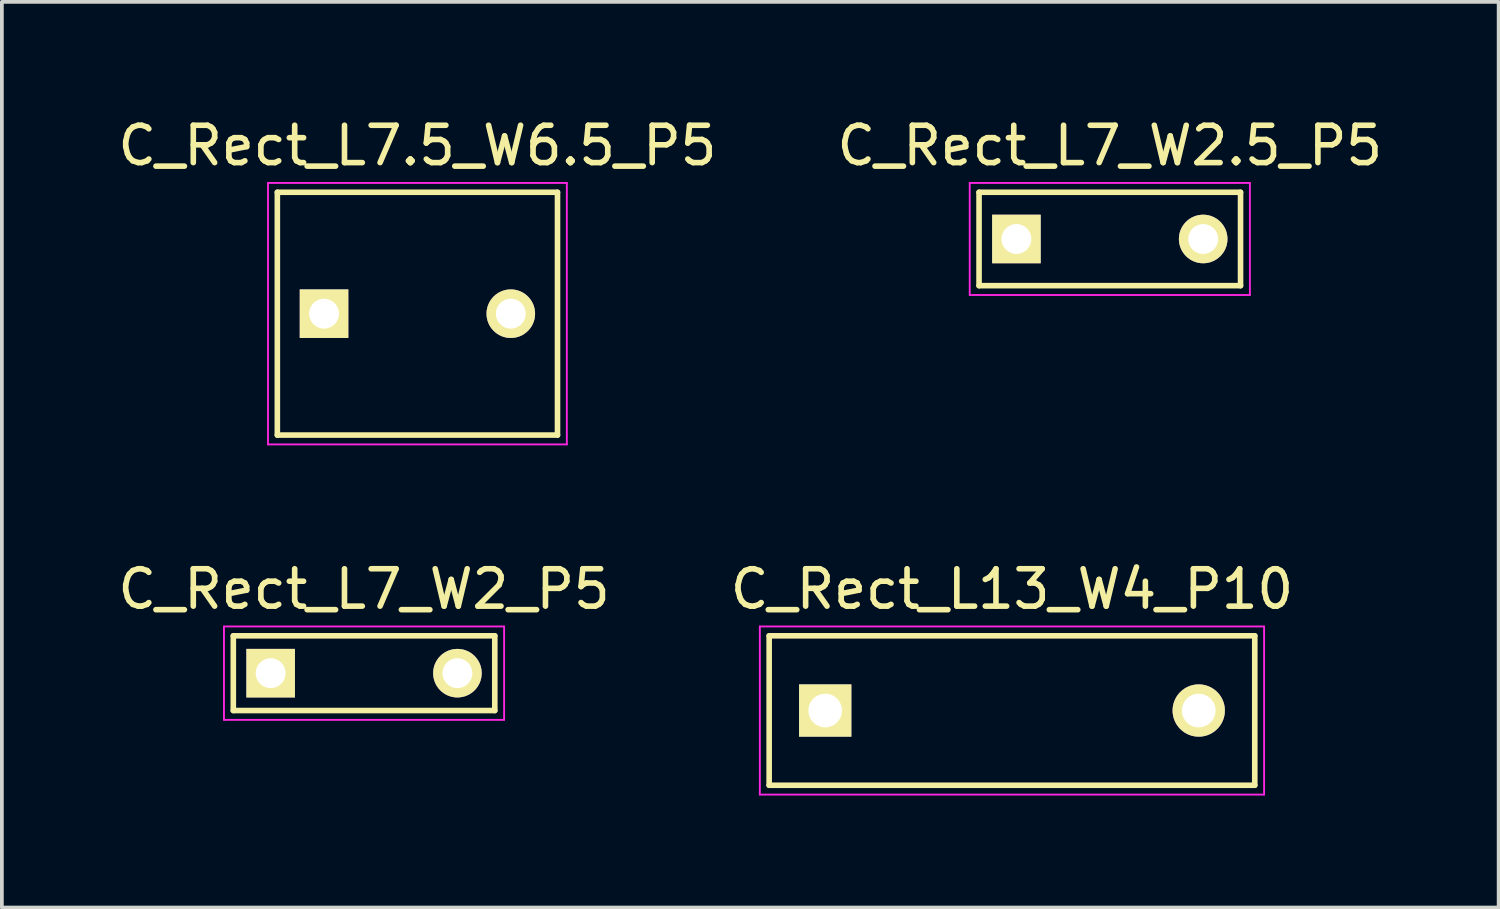
<source format=kicad_pcb>
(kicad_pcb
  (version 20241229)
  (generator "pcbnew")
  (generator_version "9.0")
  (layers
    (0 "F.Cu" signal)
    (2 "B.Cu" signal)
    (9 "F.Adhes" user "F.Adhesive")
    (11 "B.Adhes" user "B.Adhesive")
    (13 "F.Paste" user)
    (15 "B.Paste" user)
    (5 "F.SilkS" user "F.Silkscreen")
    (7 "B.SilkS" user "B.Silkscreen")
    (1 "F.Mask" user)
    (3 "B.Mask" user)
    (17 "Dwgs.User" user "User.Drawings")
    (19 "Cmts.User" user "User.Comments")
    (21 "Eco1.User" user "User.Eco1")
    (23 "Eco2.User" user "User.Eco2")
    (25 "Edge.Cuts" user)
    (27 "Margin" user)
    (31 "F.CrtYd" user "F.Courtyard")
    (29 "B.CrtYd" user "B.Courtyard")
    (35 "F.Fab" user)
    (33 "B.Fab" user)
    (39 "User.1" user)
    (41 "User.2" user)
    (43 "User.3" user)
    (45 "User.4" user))
  (footprint "C_Rect_L7.5_W6.5_P5"
    (layer "F.Cu")
    (at 5.625 5.348)
    (property "Reference" "C_Rect_L7.5_W6.5_P5" (at 2.5 -4.5 0) (layer "F.SilkS") (effects (font (size 1 1) (thickness 0.15))))
    (attr through_hole)
    (fp_line (start -1.25 -3.25) (end 6.25 -3.25) (stroke (width 0.15) (type solid)) (layer "F.SilkS"))
    (fp_line (start -1.25 3.25) (end -1.25 -3.25) (stroke (width 0.15) (type solid)) (layer "F.SilkS"))
    (fp_line (start 6.25 -3.25) (end 6.25 3.25) (stroke (width 0.15) (type solid)) (layer "F.SilkS"))
    (fp_line (start 6.25 3.25) (end -1.25 3.25) (stroke (width 0.15) (type solid)) (layer "F.SilkS"))
    (fp_line (start -1.5 -3.5) (end 6.5 -3.5) (stroke (width 0.05) (type solid)) (layer "F.CrtYd"))
    (fp_line (start -1.5 3.5) (end -1.5 -3.5) (stroke (width 0.05) (type solid)) (layer "F.CrtYd"))
    (fp_line (start 6.5 -3.5) (end 6.5 3.5) (stroke (width 0.05) (type solid)) (layer "F.CrtYd"))
    (fp_line (start 6.5 3.5) (end -1.5 3.5) (stroke (width 0.05) (type solid)) (layer "F.CrtYd"))
    (pad "1" thru_hole rect (at 0 0) (size 1.3 1.3) (drill 0.8) (layers "*.Cu" "*.Mask" "F.SilkS"))
    (pad "2" thru_hole circle (at 5 0) (size 1.3 1.3) (drill 0.8) (layers "*.Cu" "*.Mask" "F.SilkS")))
  (footprint "C_Rect_L7_W2_P5"
    (layer "F.Cu")
    (at 4.196 14.972)
    (property "Reference" "C_Rect_L7_W2_P5" (at 2.5 -2.25 0) (layer "F.SilkS") (effects (font (size 1 1) (thickness 0.15))))
    (attr through_hole)
    (fp_line (start -1 -1) (end 6 -1) (stroke (width 0.15) (type solid)) (layer "F.SilkS"))
    (fp_line (start -1 1) (end -1 -1) (stroke (width 0.15) (type solid)) (layer "F.SilkS"))
    (fp_line (start 6 -1) (end 6 1) (stroke (width 0.15) (type solid)) (layer "F.SilkS"))
    (fp_line (start 6 1) (end -1 1) (stroke (width 0.15) (type solid)) (layer "F.SilkS"))
    (fp_line (start -1.25 -1.25) (end 6.25 -1.25) (stroke (width 0.05) (type solid)) (layer "F.CrtYd"))
    (fp_line (start -1.25 1.25) (end -1.25 -1.25) (stroke (width 0.05) (type solid)) (layer "F.CrtYd"))
    (fp_line (start 6.25 -1.25) (end 6.25 1.25) (stroke (width 0.05) (type solid)) (layer "F.CrtYd"))
    (fp_line (start 6.25 1.25) (end -1.25 1.25) (stroke (width 0.05) (type solid)) (layer "F.CrtYd"))
    (pad "1" thru_hole rect (at 0 0) (size 1.3 1.3) (drill 0.8) (layers "*.Cu" "*.Mask" "F.SilkS"))
    (pad "2" thru_hole circle (at 5 0) (size 1.3 1.3) (drill 0.8) (layers "*.Cu" "*.Mask" "F.SilkS")))
  (footprint "C_Rect_L7_W2.5_P5"
    (layer "F.Cu")
    (at 24.161 3.348)
    (property "Reference" "C_Rect_L7_W2.5_P5" (at 2.5 -2.5 0) (layer "F.SilkS") (effects (font (size 1 1) (thickness 0.15))))
    (attr through_hole)
    (fp_line (start -1 -1.25) (end 6 -1.25) (stroke (width 0.15) (type solid)) (layer "F.SilkS"))
    (fp_line (start -1 1.25) (end -1 -1.25) (stroke (width 0.15) (type solid)) (layer "F.SilkS"))
    (fp_line (start 6 -1.25) (end 6 1.25) (stroke (width 0.15) (type solid)) (layer "F.SilkS"))
    (fp_line (start 6 1.25) (end -1 1.25) (stroke (width 0.15) (type solid)) (layer "F.SilkS"))
    (fp_line (start -1.25 -1.5) (end 6.25 -1.5) (stroke (width 0.05) (type solid)) (layer "F.CrtYd"))
    (fp_line (start -1.25 1.5) (end -1.25 -1.5) (stroke (width 0.05) (type solid)) (layer "F.CrtYd"))
    (fp_line (start 6.25 -1.5) (end 6.25 1.5) (stroke (width 0.05) (type solid)) (layer "F.CrtYd"))
    (fp_line (start 6.25 1.5) (end -1.25 1.5) (stroke (width 0.05) (type solid)) (layer "F.CrtYd"))
    (pad "1" thru_hole rect (at 0 0) (size 1.3 1.3) (drill 0.8) (layers "*.Cu" "*.Mask" "F.SilkS"))
    (pad "2" thru_hole circle (at 5 0) (size 1.3 1.3) (drill 0.8) (layers "*.Cu" "*.Mask" "F.SilkS")))
  (footprint "C_Rect_L13_W4_P10"
    (layer "F.Cu")
    (at 19.042 15.972)
    (property "Reference" "C_Rect_L13_W4_P10" (at 5 -3.25 0) (layer "F.SilkS") (effects (font (size 1 1) (thickness 0.15))))
    (attr through_hole)
    (fp_line (start -1.5 -2) (end 11.5 -2) (stroke (width 0.15) (type solid)) (layer "F.SilkS"))
    (fp_line (start -1.5 2) (end -1.5 -2) (stroke (width 0.15) (type solid)) (layer "F.SilkS"))
    (fp_line (start 11.5 -2) (end 11.5 2) (stroke (width 0.15) (type solid)) (layer "F.SilkS"))
    (fp_line (start 11.5 2) (end -1.5 2) (stroke (width 0.15) (type solid)) (layer "F.SilkS"))
    (fp_line (start -1.75 -2.25) (end 11.75 -2.25) (stroke (width 0.05) (type solid)) (layer "F.CrtYd"))
    (fp_line (start -1.75 2.25) (end -1.75 -2.25) (stroke (width 0.05) (type solid)) (layer "F.CrtYd"))
    (fp_line (start 11.75 -2.25) (end 11.75 2.25) (stroke (width 0.05) (type solid)) (layer "F.CrtYd"))
    (fp_line (start 11.75 2.25) (end -1.75 2.25) (stroke (width 0.05) (type solid)) (layer "F.CrtYd"))
    (pad "1" thru_hole rect (at 0 0) (size 1.4 1.4) (drill 0.9) (layers "*.Cu" "*.Mask" "F.SilkS"))
    (pad "2" thru_hole circle (at 10 0) (size 1.4 1.4) (drill 0.9) (layers "*.Cu" "*.Mask" "F.SilkS")))
  (gr_rect
    (start -3 -3)
    (end 37.071 21.247)
    (stroke (width 0.1) (type default))
    (fill no)
    (layer "Edge.Cuts")))
</source>
